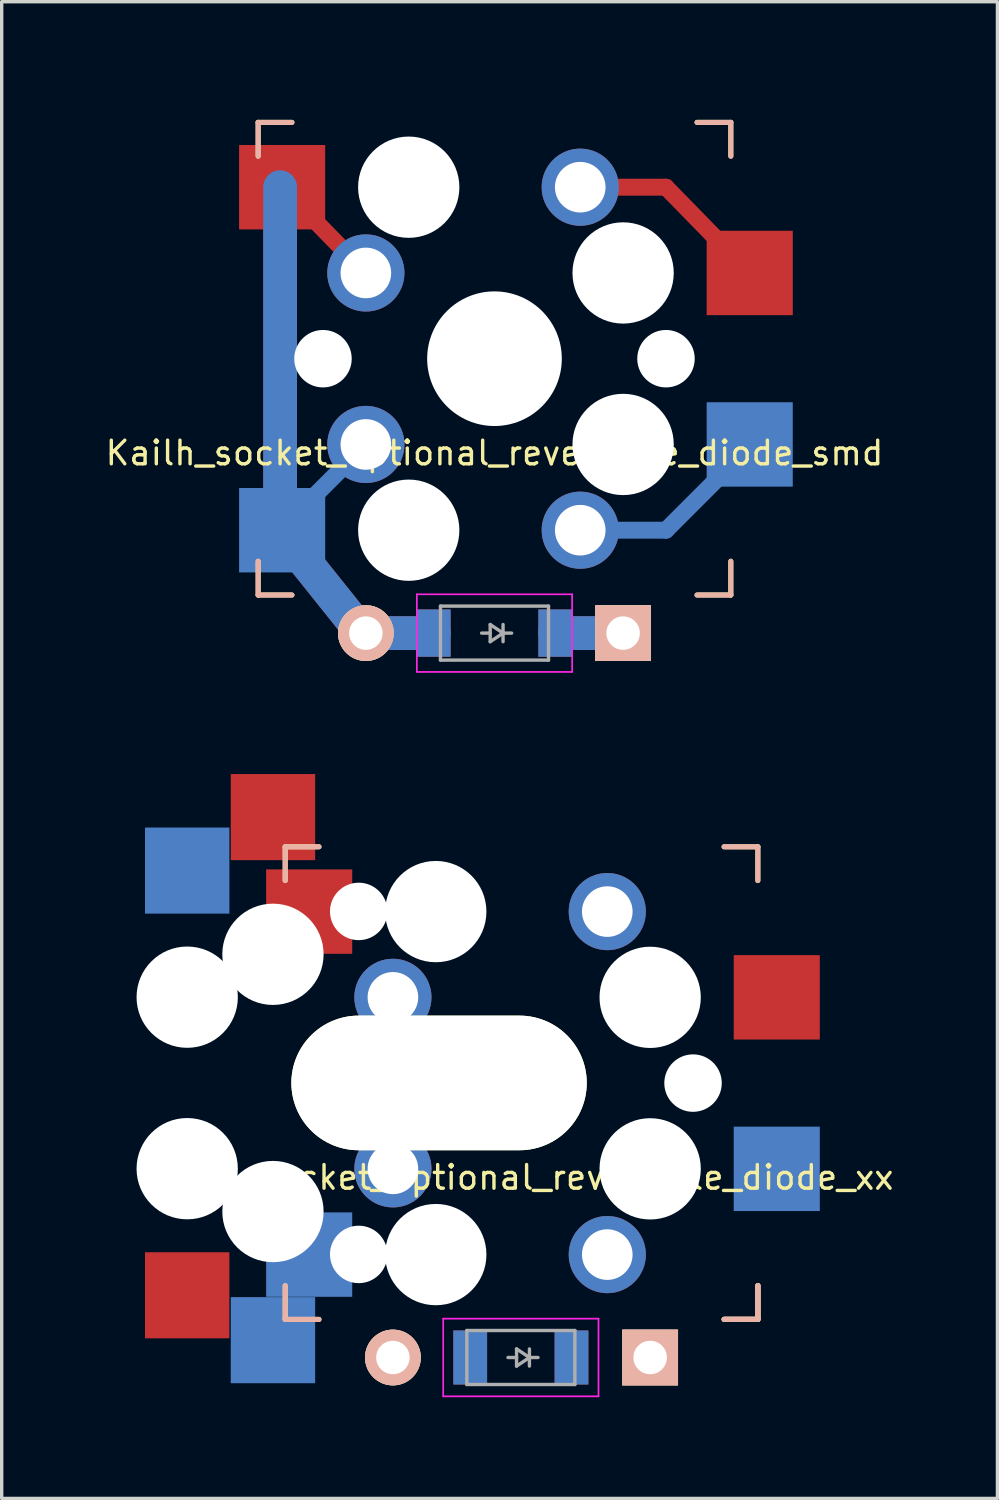
<source format=kicad_pcb>
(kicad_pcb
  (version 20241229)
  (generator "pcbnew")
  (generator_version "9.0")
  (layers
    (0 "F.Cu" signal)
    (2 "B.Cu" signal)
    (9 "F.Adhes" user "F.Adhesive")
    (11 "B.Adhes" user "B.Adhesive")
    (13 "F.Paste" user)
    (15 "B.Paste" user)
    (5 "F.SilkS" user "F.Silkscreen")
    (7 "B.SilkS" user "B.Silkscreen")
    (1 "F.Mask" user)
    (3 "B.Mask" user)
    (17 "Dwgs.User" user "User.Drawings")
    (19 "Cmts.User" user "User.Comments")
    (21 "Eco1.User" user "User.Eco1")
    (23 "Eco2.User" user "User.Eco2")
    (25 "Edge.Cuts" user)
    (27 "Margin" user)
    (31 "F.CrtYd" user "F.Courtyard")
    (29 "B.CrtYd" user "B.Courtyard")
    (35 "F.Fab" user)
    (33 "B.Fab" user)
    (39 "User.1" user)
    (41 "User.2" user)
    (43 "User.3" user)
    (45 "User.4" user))
  (footprint "Kailh_socket_optional_reversible_diode_smd"
    (layer "F.Cu")
    (at 11.597 7.575)
    (property "Reference" "Kailh_socket_optional_reversible_diode_smd" (at 0 2.794 0) (layer "F.SilkS") (effects (font (size 0.7 0.7) (thickness 0.1))))
    (attr through_hole)
    (fp_line (start -6.35 -5.08) (end -6.35 5.08) (stroke (width 1) (type solid)) (layer "F.Cu"))
    (fp_line (start -6.35 5.08) (end -3.81 8.255) (stroke (width 1) (type solid)) (layer "F.Cu"))
    (fp_line (start -3.81 -2.54) (end -6.29 -5.08) (stroke (width 0.5) (type solid)) (layer "F.Cu"))
    (fp_line (start -3.81 8.128) (end -1.8 8.128) (stroke (width 1) (type solid)) (layer "F.Cu"))
    (fp_line (start 1.8 8.128) (end 3.81 8.128) (stroke (width 1) (type solid)) (layer "F.Cu"))
    (fp_line (start 5.08 -5.08) (end 2.54 -5.08) (stroke (width 0.5) (type solid)) (layer "F.Cu"))
    (fp_line (start 7.56 -2.54) (end 5.08 -5.08) (stroke (width 0.5) (type solid)) (layer "F.Cu"))
    (fp_line (start -6.35 -5.08) (end -6.35 5.08) (stroke (width 1) (type solid)) (layer "B.Cu"))
    (fp_line (start -6.35 5.08) (end -3.81 8.255) (stroke (width 1) (type solid)) (layer "B.Cu"))
    (fp_line (start -3.81 2.54) (end -6.35 5.08) (stroke (width 0.5) (type solid)) (layer "B.Cu"))
    (fp_line (start -3.81 8.128) (end -1.8 8.128) (stroke (width 1) (type solid)) (layer "B.Cu"))
    (fp_line (start 1.8 8.128) (end 3.81 8.128) (stroke (width 1) (type solid)) (layer "B.Cu"))
    (fp_line (start 5.08 5.08) (end 2.54 5.08) (stroke (width 0.5) (type solid)) (layer "B.Cu"))
    (fp_line (start 7.62 2.54) (end 5.08 5.08) (stroke (width 0.5) (type solid)) (layer "B.Cu"))
    (fp_line (start -7 -7) (end -6 -7) (stroke (width 0.15) (type solid)) (layer "F.SilkS"))
    (fp_line (start -7 -6) (end -7 -7) (stroke (width 0.15) (type solid)) (layer "F.SilkS"))
    (fp_line (start -7 7) (end -7 6) (stroke (width 0.15) (type solid)) (layer "F.SilkS"))
    (fp_line (start -6 7) (end -7 7) (stroke (width 0.15) (type solid)) (layer "F.SilkS"))
    (fp_line (start 6 -7) (end 7 -7) (stroke (width 0.15) (type solid)) (layer "F.SilkS"))
    (fp_line (start 7 -7) (end 7 -6) (stroke (width 0.15) (type solid)) (layer "F.SilkS"))
    (fp_line (start 7 6) (end 7 7) (stroke (width 0.15) (type solid)) (layer "F.SilkS"))
    (fp_line (start 7 7) (end 6 7) (stroke (width 0.15) (type solid)) (layer "F.SilkS"))
    (fp_line (start -7 -7) (end -6 -7) (stroke (width 0.15) (type solid)) (layer "B.SilkS"))
    (fp_line (start -7 -6) (end -7 -7) (stroke (width 0.15) (type solid)) (layer "B.SilkS"))
    (fp_line (start -7 7) (end -7 6) (stroke (width 0.15) (type solid)) (layer "B.SilkS"))
    (fp_line (start -6 7) (end -7 7) (stroke (width 0.15) (type solid)) (layer "B.SilkS"))
    (fp_line (start 6 -7) (end 7 -7) (stroke (width 0.15) (type solid)) (layer "B.SilkS"))
    (fp_line (start 7 -7) (end 7 -6) (stroke (width 0.15) (type solid)) (layer "B.SilkS"))
    (fp_line (start 7 6) (end 7 7) (stroke (width 0.15) (type solid)) (layer "B.SilkS"))
    (fp_line (start 7 7) (end 6 7) (stroke (width 0.15) (type solid)) (layer "B.SilkS"))
    (fp_line (start -7.5 -7.5) (end 7.5 -7.5) (stroke (width 0.15) (type solid)) (layer "Eco2.User"))
    (fp_line (start -7.5 7.5) (end -7.5 -7.5) (stroke (width 0.15) (type solid)) (layer "Eco2.User"))
    (fp_line (start -6.9 6.9) (end -6.9 -6.9) (stroke (width 0.15) (type solid)) (layer "Eco2.User"))
    (fp_line (start -6.9 6.9) (end 6.9 6.9) (stroke (width 0.15) (type solid)) (layer "Eco2.User"))
    (fp_line (start 6.9 -6.9) (end -6.9 -6.9) (stroke (width 0.15) (type solid)) (layer "Eco2.User"))
    (fp_line (start 6.9 -6.9) (end 6.9 6.9) (stroke (width 0.15) (type solid)) (layer "Eco2.User"))
    (fp_line (start 7.5 -7.5) (end 7.5 7.5) (stroke (width 0.15) (type solid)) (layer "Eco2.User"))
    (fp_line (start 7.5 7.5) (end -7.5 7.5) (stroke (width 0.15) (type solid)) (layer "Eco2.User"))
    (fp_line (start -2.3 6.978) (end -2.3 9.278) (stroke (width 0.05) (type solid)) (layer "F.CrtYd"))
    (fp_line (start -2.3 6.978) (end 2.3 6.978) (stroke (width 0.05) (type solid)) (layer "F.CrtYd"))
    (fp_line (start -2.3 9.278) (end 2.3 9.278) (stroke (width 0.05) (type solid)) (layer "F.CrtYd"))
    (fp_line (start 2.3 6.978) (end 2.3 9.278) (stroke (width 0.05) (type solid)) (layer "F.CrtYd"))
    (fp_line (start -1.6 7.328) (end 1.6 7.328) (stroke (width 0.1) (type solid)) (layer "F.Fab"))
    (fp_line (start -1.6 8.928) (end -1.6 7.328) (stroke (width 0.1) (type solid)) (layer "F.Fab"))
    (fp_line (start -0.127 7.874) (end 0.254 8.128) (stroke (width 0.1) (type solid)) (layer "F.Fab"))
    (fp_line (start -0.127 8.128) (end -0.381 8.128) (stroke (width 0.1) (type solid)) (layer "F.Fab"))
    (fp_line (start -0.127 8.382) (end -0.127 7.874) (stroke (width 0.1) (type solid)) (layer "F.Fab"))
    (fp_line (start 0.254 8.128) (end -0.127 8.382) (stroke (width 0.1) (type solid)) (layer "F.Fab"))
    (fp_line (start 0.254 8.128) (end 0.508 8.128) (stroke (width 0.1) (type solid)) (layer "F.Fab"))
    (fp_line (start 0.254 8.382) (end 0.254 7.874) (stroke (width 0.1) (type solid)) (layer "F.Fab"))
    (fp_line (start 1.6 7.328) (end 1.6 8.928) (stroke (width 0.1) (type solid)) (layer "F.Fab"))
    (fp_line (start 1.6 8.928) (end -1.6 8.928) (stroke (width 0.1) (type solid)) (layer "F.Fab"))
    (pad "" smd rect (at -6.29 -5.08) (size 2.55 2.5) (layers "F.Cu" "F.Mask" "F.Paste"))
    (pad "" smd rect (at -6.29 5.08) (size 2.55 2.5) (layers "B.Cu" "B.Mask" "B.Paste"))
    (pad "" np_thru_hole circle (at -5.08 0) (size 1.702 1.702) (drill 1.702) (layers "*.Cu" "*.Mask"))
    (pad "" thru_hole circle (at -3.81 -2.54) (size 2.286 2.286) (drill 1.499) (layers "*.Cu" "*.Mask"))
    (pad "" thru_hole circle (at -3.81 2.54) (size 2.286 2.286) (drill 1.499) (layers "*.Cu" "*.Mask"))
    (pad "" thru_hole circle (at -3.81 8.128) (size 1.651 1.651) (drill 0.991) (layers "*.Cu" "*.SilkS" "*.Mask"))
    (pad "" np_thru_hole circle (at -2.54 -5.08) (size 3 3) (drill 3) (layers "*.Cu" "*.Mask"))
    (pad "" np_thru_hole circle (at -2.54 5.08) (size 3 3) (drill 3) (layers "*.Cu" "*.Mask"))
    (pad "" smd rect (at -1.8 8.128) (size 1 1.4) (layers "F.Cu" "F.Mask" "F.Paste"))
    (pad "" smd rect (at -1.8 8.128) (size 1 1.4) (layers "B.Cu" "B.Mask" "B.Paste"))
    (pad "" np_thru_hole circle (at 0 0) (size 3.988 3.988) (drill 3.988) (layers "*.Cu" "*.Mask"))
    (pad "" smd rect (at 1.8 8.128) (size 1 1.4) (layers "F.Cu" "F.Mask" "F.Paste"))
    (pad "" smd rect (at 1.8 8.128) (size 1 1.4) (layers "B.Cu" "B.Mask" "B.Paste"))
    (pad "" thru_hole circle (at 2.54 -5.08) (size 2.286 2.286) (drill 1.499) (layers "*.Cu" "*.Mask"))
    (pad "" thru_hole circle (at 2.54 5.08) (size 2.286 2.286) (drill 1.499) (layers "*.Cu" "*.Mask"))
    (pad "" np_thru_hole circle (at 3.81 -2.54) (size 3 3) (drill 3) (layers "*.Cu" "*.Mask"))
    (pad "" np_thru_hole circle (at 3.81 2.54) (size 3 3) (drill 3) (layers "*.Cu" "*.Mask"))
    (pad "" np_thru_hole circle (at 5.08 0) (size 1.702 1.702) (drill 1.702) (layers "*.Cu" "*.Mask"))
    (pad "1" smd rect (at 7.56 -2.54) (size 2.55 2.5) (layers "F.Cu" "F.Mask" "F.Paste"))
    (pad "1" smd rect (at 7.56 2.54) (size 2.55 2.5) (layers "B.Cu" "B.Mask" "B.Paste"))
    (pad "4" thru_hole rect (at 3.81 8.128) (size 1.651 1.651) (drill 0.991) (layers "*.Cu" "*.SilkS" "*.Mask")))
  (footprint "Kailh_socket_optional_reversible_diode_xx"
    (layer "F.Cu")
    (at 7.572 29.032)
    (property "Reference" "Kailh_socket_optional_reversible_diode_xx" (at 4.826 2.794 0) (layer "F.SilkS") (effects (font (size 0.7 0.7) (thickness 0.1))))
    (attr through_hole)
    (fp_line (start -2.174 -7) (end -1.174 -7) (stroke (width 0.15) (type solid)) (layer "F.SilkS"))
    (fp_line (start -2.174 -6) (end -2.174 -7) (stroke (width 0.15) (type solid)) (layer "F.SilkS"))
    (fp_line (start -2.174 7) (end -2.174 6) (stroke (width 0.15) (type solid)) (layer "F.SilkS"))
    (fp_line (start -1.174 7) (end -2.174 7) (stroke (width 0.15) (type solid)) (layer "F.SilkS"))
    (fp_line (start 10.826 -7) (end 11.826 -7) (stroke (width 0.15) (type solid)) (layer "F.SilkS"))
    (fp_line (start 11.826 -7) (end 11.826 -6) (stroke (width 0.15) (type solid)) (layer "F.SilkS"))
    (fp_line (start 11.826 6) (end 11.826 7) (stroke (width 0.15) (type solid)) (layer "F.SilkS"))
    (fp_line (start 11.826 7) (end 10.826 7) (stroke (width 0.15) (type solid)) (layer "F.SilkS"))
    (fp_line (start 11.829 5.995) (end 11.829 6.995) (stroke (width 0.15) (type solid)) (layer "F.SilkS"))
    (fp_line (start 11.829 6.995) (end 10.829 6.995) (stroke (width 0.15) (type solid)) (layer "F.SilkS"))
    (fp_line (start -2.174 -7) (end -1.174 -7) (stroke (width 0.15) (type solid)) (layer "B.SilkS"))
    (fp_line (start -2.174 -6) (end -2.174 -7) (stroke (width 0.15) (type solid)) (layer "B.SilkS"))
    (fp_line (start -2.174 7) (end -2.174 6) (stroke (width 0.15) (type solid)) (layer "B.SilkS"))
    (fp_line (start -1.174 7) (end -2.174 7) (stroke (width 0.15) (type solid)) (layer "B.SilkS"))
    (fp_line (start 10.826 -7) (end 11.826 -7) (stroke (width 0.15) (type solid)) (layer "B.SilkS"))
    (fp_line (start 11.826 -7) (end 11.826 -6) (stroke (width 0.15) (type solid)) (layer "B.SilkS"))
    (fp_line (start 11.826 6) (end 11.826 7) (stroke (width 0.15) (type solid)) (layer "B.SilkS"))
    (fp_line (start 11.826 7) (end 10.826 7) (stroke (width 0.15) (type solid)) (layer "B.SilkS"))
    (fp_line (start 11.829 5.995) (end 11.829 6.995) (stroke (width 0.15) (type solid)) (layer "B.SilkS"))
    (fp_line (start 11.829 6.995) (end 10.829 6.995) (stroke (width 0.15) (type solid)) (layer "B.SilkS"))
    (fp_line (start -7.497 -7.505) (end 7.503 -7.505) (stroke (width 0.15) (type solid)) (layer "Eco2.User"))
    (fp_line (start -7.497 7.495) (end -7.497 -7.505) (stroke (width 0.15) (type solid)) (layer "Eco2.User"))
    (fp_line (start -6.897 -6.905) (end -6.897 6.895) (stroke (width 0.15) (type solid)) (layer "Eco2.User"))
    (fp_line (start -6.897 -6.905) (end 6.903 -6.905) (stroke (width 0.15) (type solid)) (layer "Eco2.User"))
    (fp_line (start -2.674 -7.5) (end 12.326 -7.5) (stroke (width 0.15) (type solid)) (layer "Eco2.User"))
    (fp_line (start -2.671 -7.505) (end 12.329 -7.505) (stroke (width 0.15) (type solid)) (layer "Eco2.User"))
    (fp_line (start -2.074 6.9) (end 11.726 6.9) (stroke (width 0.15) (type solid)) (layer "Eco2.User"))
    (fp_line (start -2.071 6.895) (end 11.729 6.895) (stroke (width 0.15) (type solid)) (layer "Eco2.User"))
    (fp_line (start 6.903 6.895) (end -6.897 6.895) (stroke (width 0.15) (type solid)) (layer "Eco2.User"))
    (fp_line (start 7.503 7.495) (end -7.497 7.495) (stroke (width 0.15) (type solid)) (layer "Eco2.User"))
    (fp_line (start 11.726 -6.9) (end -2.074 -6.9) (stroke (width 0.15) (type solid)) (layer "Eco2.User"))
    (fp_line (start 11.726 -6.9) (end 11.726 6.9) (stroke (width 0.15) (type solid)) (layer "Eco2.User"))
    (fp_line (start 11.729 -6.905) (end -2.071 -6.905) (stroke (width 0.15) (type solid)) (layer "Eco2.User"))
    (fp_line (start 11.729 -6.905) (end 11.729 6.895) (stroke (width 0.15) (type solid)) (layer "Eco2.User"))
    (fp_line (start 12.326 -7.5) (end 12.326 7.5) (stroke (width 0.15) (type solid)) (layer "Eco2.User"))
    (fp_line (start 12.326 7.5) (end -2.674 7.5) (stroke (width 0.15) (type solid)) (layer "Eco2.User"))
    (fp_line (start 12.329 -7.505) (end 12.329 7.495) (stroke (width 0.15) (type solid)) (layer "Eco2.User"))
    (fp_line (start 12.329 7.495) (end -2.671 7.495) (stroke (width 0.15) (type solid)) (layer "Eco2.User"))
    (fp_line (start 2.506 6.978) (end 2.506 9.278) (stroke (width 0.05) (type solid)) (layer "F.CrtYd"))
    (fp_line (start 2.506 6.978) (end 7.106 6.978) (stroke (width 0.05) (type solid)) (layer "F.CrtYd"))
    (fp_line (start 2.506 9.278) (end 7.106 9.278) (stroke (width 0.05) (type solid)) (layer "F.CrtYd"))
    (fp_line (start 7.106 6.978) (end 7.106 9.278) (stroke (width 0.05) (type solid)) (layer "F.CrtYd"))
    (fp_line (start 3.206 7.328) (end 6.406 7.328) (stroke (width 0.1) (type solid)) (layer "F.Fab"))
    (fp_line (start 3.206 8.928) (end 3.206 7.328) (stroke (width 0.1) (type solid)) (layer "F.Fab"))
    (fp_line (start 4.679 7.874) (end 5.06 8.128) (stroke (width 0.1) (type solid)) (layer "F.Fab"))
    (fp_line (start 4.679 8.128) (end 4.425 8.128) (stroke (width 0.1) (type solid)) (layer "F.Fab"))
    (fp_line (start 4.679 8.382) (end 4.679 7.874) (stroke (width 0.1) (type solid)) (layer "F.Fab"))
    (fp_line (start 5.06 8.128) (end 4.679 8.382) (stroke (width 0.1) (type solid)) (layer "F.Fab"))
    (fp_line (start 5.06 8.128) (end 5.314 8.128) (stroke (width 0.1) (type solid)) (layer "F.Fab"))
    (fp_line (start 5.06 8.382) (end 5.06 7.874) (stroke (width 0.1) (type solid)) (layer "F.Fab"))
    (fp_line (start 6.406 7.328) (end 6.406 8.928) (stroke (width 0.1) (type solid)) (layer "F.Fab"))
    (fp_line (start 6.406 8.928) (end 3.206 8.928) (stroke (width 0.1) (type solid)) (layer "F.Fab"))
    (pad "" np_thru_hole circle (at -5.077 -2.545 90) (size 3 3) (drill 3) (layers "*.Cu" "*.Mask"))
    (pad "" np_thru_hole circle (at -5.077 2.535 90) (size 3 3) (drill 3) (layers "*.Cu" "*.Mask"))
    (pad "" np_thru_hole circle (at -2.537 -3.815 90) (size 3 3) (drill 3) (layers "*.Cu" "*.Mask"))
    (pad "" np_thru_hole circle (at -2.537 3.805 90) (size 3 3) (drill 3) (layers "*.Cu" "*.Mask"))
    (pad "" np_thru_hole circle (at -0.254 0) (size 1.702 1.702) (drill 1.702) (layers "*.Cu" "*.Mask"))
    (pad "" np_thru_hole circle (at 0.003 -5.085 90) (size 1.702 1.702) (drill 1.702) (layers "*.Cu" "*.Mask"))
    (pad "" np_thru_hole circle (at 0.003 5.075 90) (size 1.702 1.702) (drill 1.702) (layers "*.Cu" "*.Mask"))
    (pad "" np_thru_hole circle (at 2.286 -5.08) (size 3 3) (drill 3) (layers "*.Cu" "*.Mask"))
    (pad "" np_thru_hole circle (at 2.286 5.08) (size 3 3) (drill 3) (layers "*.Cu" "*.Mask"))
    (pad "" np_thru_hole oval (at 2.383 -0.005) (size 8.75 3.988) (drill oval 8.75 3.988) (layers "*.Cu" "*.Mask" "F.SilkS"))
    (pad "" np_thru_hole circle (at 8.636 -2.54) (size 3 3) (drill 3) (layers "*.Cu" "*.Mask"))
    (pad "" np_thru_hole circle (at 8.636 2.54) (size 3 3) (drill 3) (layers "*.Cu" "*.Mask"))
    (pad "" np_thru_hole circle (at 9.906 0) (size 1.702 1.702) (drill 1.702) (layers "*.Cu" "*.Mask"))
    (pad "1" smd rect (at -5.077 -6.295 90) (size 2.55 2.5) (layers "B.Cu" "B.Mask" "B.Paste"))
    (pad "1" smd rect (at -2.537 -7.879 90) (size 2.55 2.5) (layers "F.Cu" "F.Mask" "F.Paste"))
    (pad "1" thru_hole circle (at 7.366 -5.08) (size 2.286 2.286) (drill 1.499) (layers "*.Cu" "*.Mask"))
    (pad "1" thru_hole circle (at 7.366 5.08) (size 2.286 2.286) (drill 1.499) (layers "*.Cu" "*.Mask"))
    (pad "1" smd rect (at 12.386 -2.54) (size 2.55 2.5) (layers "F.Cu" "F.Mask" "F.Paste"))
    (pad "1" smd rect (at 12.386 2.54) (size 2.55 2.5) (layers "B.Cu" "B.Mask" "B.Paste"))
    (pad "2" smd rect (at -5.077 6.285 90) (size 2.55 2.5) (layers "F.Cu" "F.Mask" "F.Paste"))
    (pad "2" smd rect (at -2.537 7.615 90) (size 2.55 2.5) (layers "B.Cu" "B.Mask" "B.Paste"))
    (pad "2" smd rect (at -1.464 -5.08) (size 2.55 2.5) (layers "F.Cu" "F.Mask" "F.Paste"))
    (pad "2" smd rect (at -1.464 5.08) (size 2.55 2.5) (layers "B.Cu" "B.Mask" "B.Paste"))
    (pad "2" thru_hole circle (at 1.016 -2.54) (size 2.286 2.286) (drill 1.499) (layers "*.Cu" "*.Mask"))
    (pad "2" thru_hole circle (at 1.016 2.54) (size 2.286 2.286) (drill 1.499) (layers "*.Cu" "*.Mask"))
    (pad "3" thru_hole circle (at 1.016 8.128) (size 1.651 1.651) (drill 0.991) (layers "*.Cu" "*.SilkS" "*.Mask"))
    (pad "3" smd rect (at 3.306 8.128) (size 1 1.6) (layers "F.Cu" "F.Mask" "F.Paste"))
    (pad "3" smd rect (at 3.306 8.128) (size 1 1.6) (layers "B.Cu" "B.Mask" "B.Paste"))
    (pad "4" smd rect (at 6.306 8.128) (size 1 1.6) (layers "F.Cu" "F.Mask" "F.Paste"))
    (pad "4" smd rect (at 6.306 8.128) (size 1 1.6) (layers "B.Cu" "B.Mask" "B.Paste"))
    (pad "4" thru_hole rect (at 8.636 8.128) (size 1.651 1.651) (drill 0.991) (layers "*.Cu" "*.SilkS" "*.Mask")))
  (gr_rect
    (start -3 -3)
    (end 26.495 41.335)
    (stroke (width 0.1) (type default))
    (fill no)
    (layer "Edge.Cuts")))
</source>
